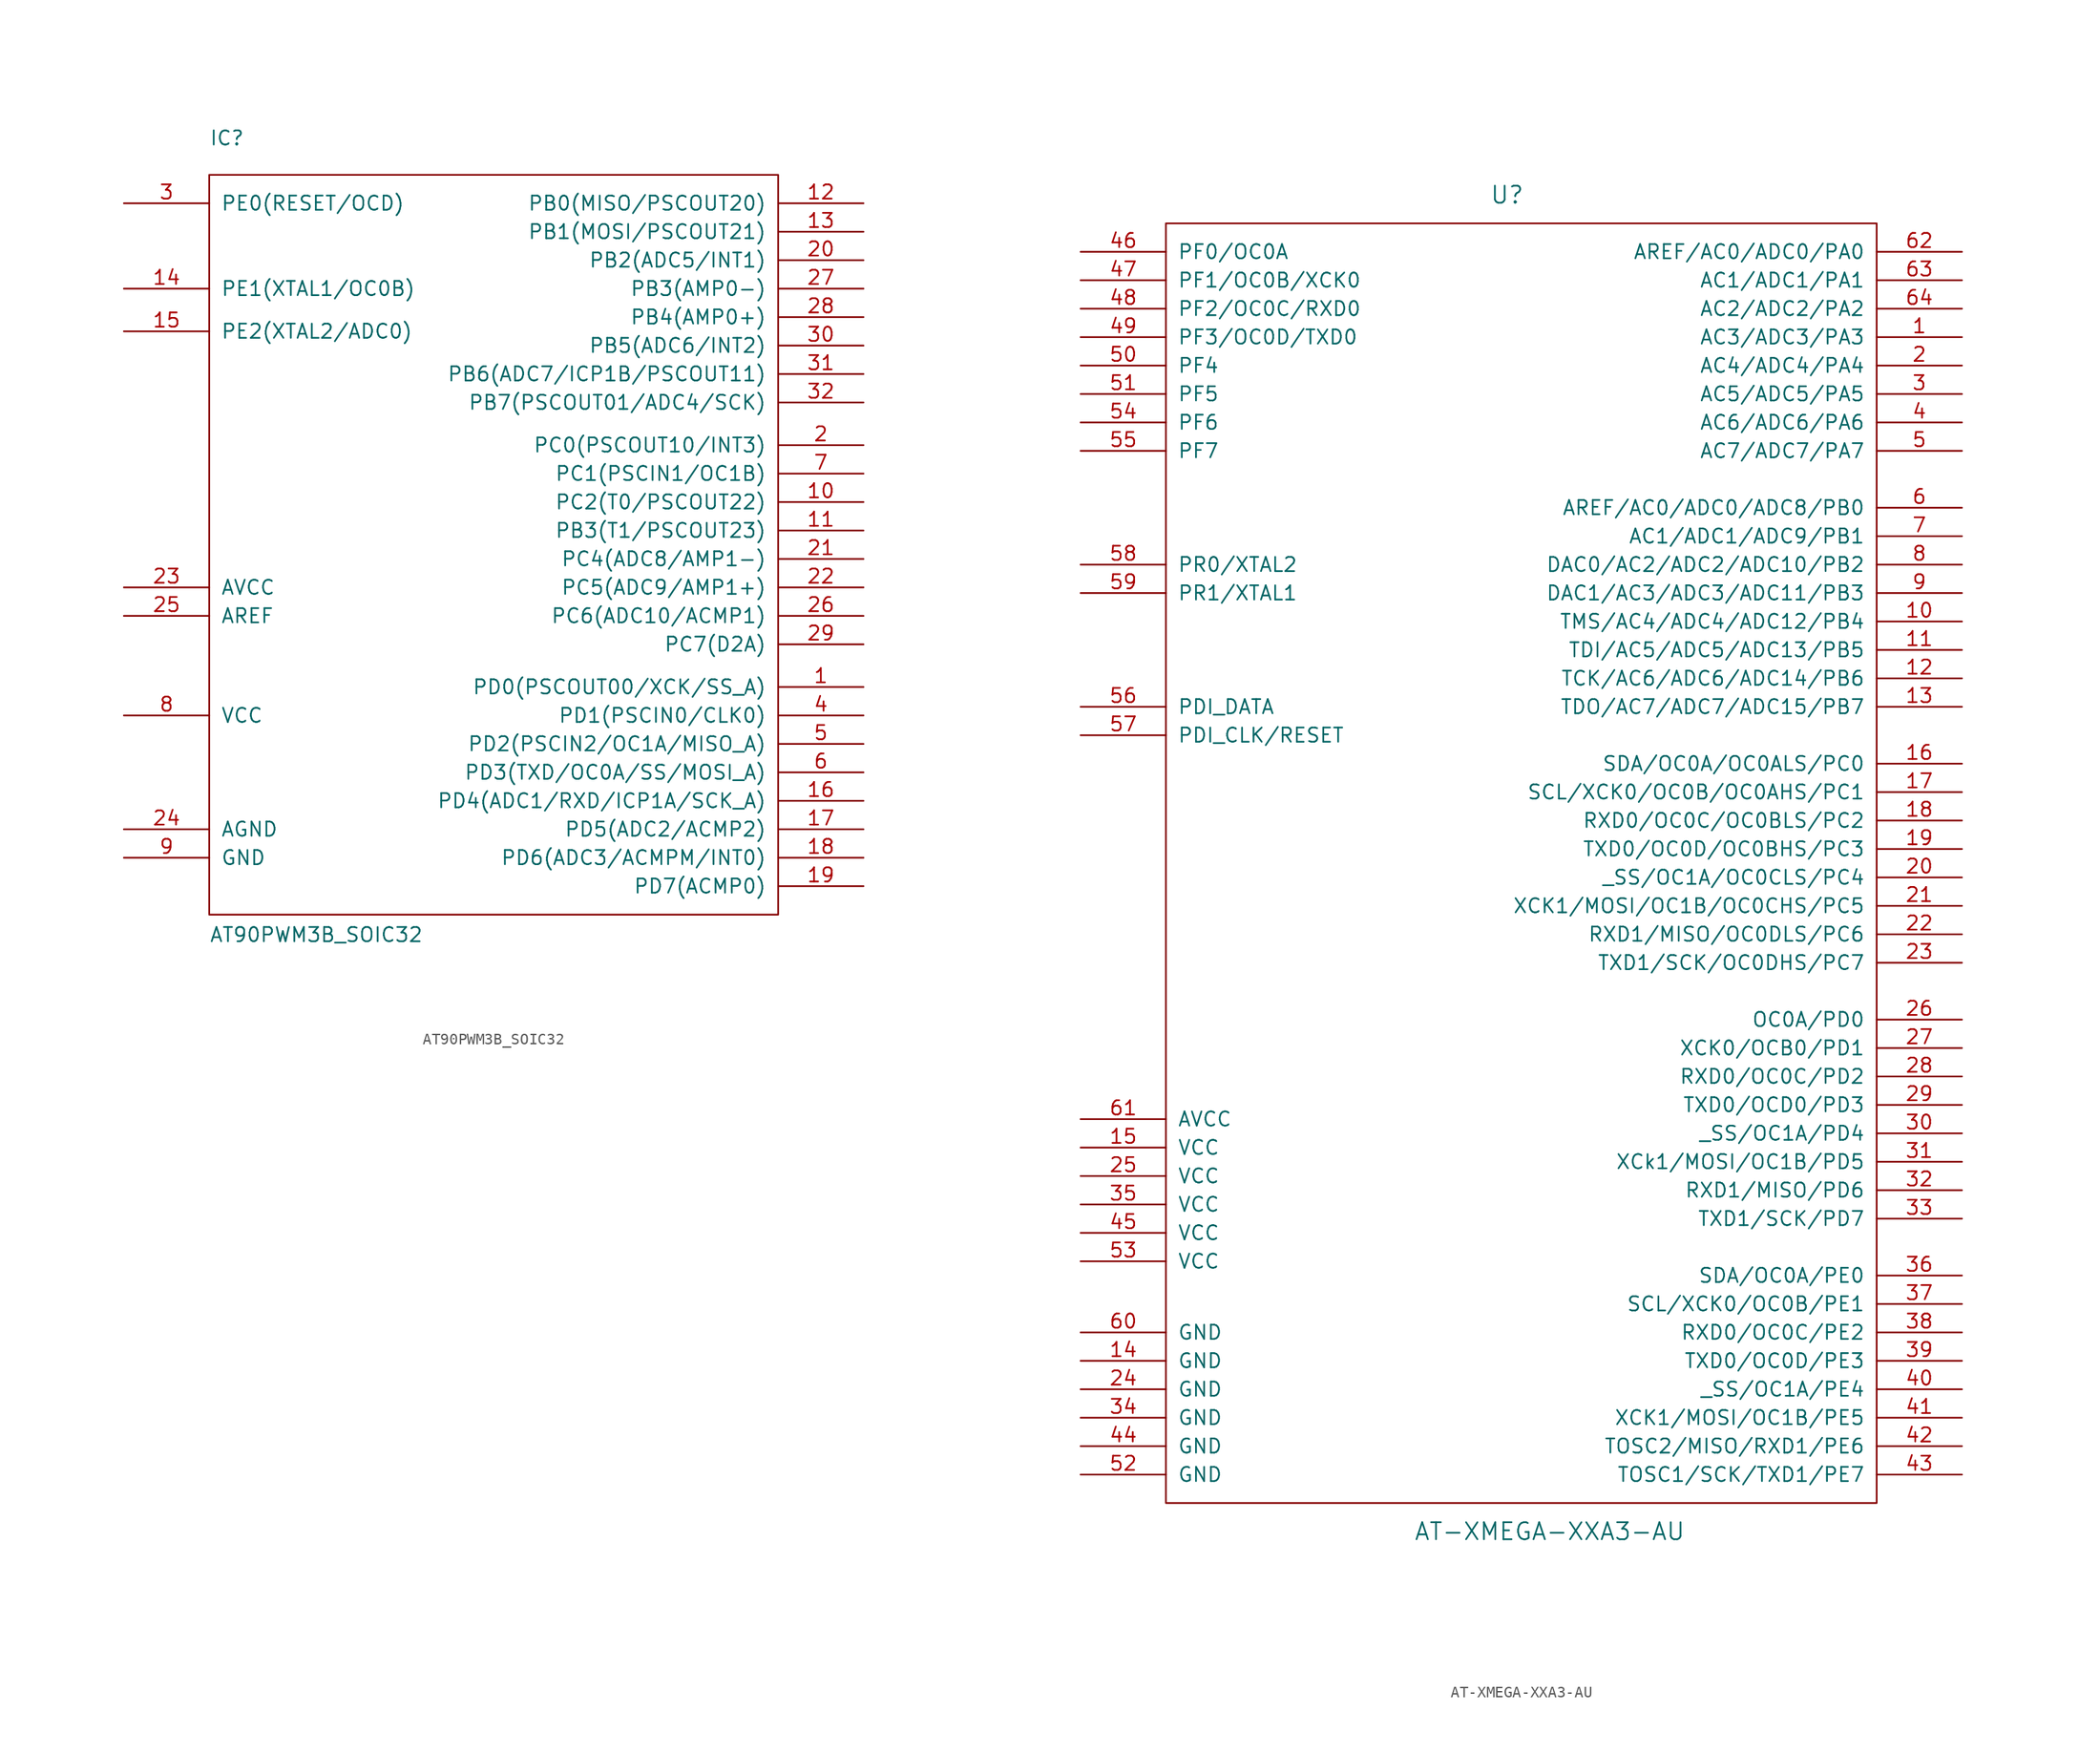
<source format=kicad_sym>
(kicad_symbol_lib
  (version 20220914)
  (generator kicad_symbol_editor)
  (symbol "AT90PWM3B_SOIC32"
    (pin_names
      (offset 1.016))
    (property "Reference" "IC"
      (at -25.4 33.02 0)
      (effects (font (size 1.27 1.27)) (justify left bottom)))
    (property "Value" "AT90PWM3B_SOIC32"
      (at -25.4 -38.1 0)
      (effects (font (size 1.27 1.27)) (justify left bottom)))
    (property "Datasheet" ""
      (at 0 0 0)
      (effects (font (size 1.524 1.524))))
    (symbol "AT90PWM3B_SOIC32_0_1"
      (rectangle (start -25.4 30.48) (end 25.4 -35.56) (stroke (width 0) (type solid)) (fill (type none))))
    (symbol "AT90PWM3B_SOIC32_1_1"
      (pin input line (at 33.02 -15.24 180) (length 7.62) (name "PD0(PSCOUT00/XCK/SS_A)" (effects (font (size 1.27 1.27)))) (number "1" (effects (font (size 1.27 1.27)))))
      (pin input line (at 33.02 1.27 180) (length 7.62) (name "PC2(T0/PSCOUT22)" (effects (font (size 1.27 1.27)))) (number "10" (effects (font (size 1.27 1.27)))))
      (pin input line (at 33.02 -1.27 180) (length 7.62) (name "PB3(T1/PSCOUT23)" (effects (font (size 1.27 1.27)))) (number "11" (effects (font (size 1.27 1.27)))))
      (pin input line (at 33.02 27.94 180) (length 7.62) (name "PB0(MISO/PSCOUT20)" (effects (font (size 1.27 1.27)))) (number "12" (effects (font (size 1.27 1.27)))))
      (pin input line (at 33.02 25.4 180) (length 7.62) (name "PB1(MOSI/PSCOUT21)" (effects (font (size 1.27 1.27)))) (number "13" (effects (font (size 1.27 1.27)))))
      (pin input line (at -33.02 20.32 0) (length 7.62) (name "PE1(XTAL1/OC0B)" (effects (font (size 1.27 1.27)))) (number "14" (effects (font (size 1.27 1.27)))))
      (pin input line (at -33.02 16.51 0) (length 7.62) (name "PE2(XTAL2/ADC0)" (effects (font (size 1.27 1.27)))) (number "15" (effects (font (size 1.27 1.27)))))
      (pin input line (at 33.02 -25.4 180) (length 7.62) (name "PD4(ADC1/RXD/ICP1A/SCK_A)" (effects (font (size 1.27 1.27)))) (number "16" (effects (font (size 1.27 1.27)))))
      (pin input line (at 33.02 -27.94 180) (length 7.62) (name "PD5(ADC2/ACMP2)" (effects (font (size 1.27 1.27)))) (number "17" (effects (font (size 1.27 1.27)))))
      (pin input line (at 33.02 -30.48 180) (length 7.62) (name "PD6(ADC3/ACMPM/INT0)" (effects (font (size 1.27 1.27)))) (number "18" (effects (font (size 1.27 1.27)))))
      (pin input line (at 33.02 -33.02 180) (length 7.62) (name "PD7(ACMP0)" (effects (font (size 1.27 1.27)))) (number "19" (effects (font (size 1.27 1.27)))))
      (pin input line (at 33.02 6.35 180) (length 7.62) (name "PC0(PSCOUT10/INT3)" (effects (font (size 1.27 1.27)))) (number "2" (effects (font (size 1.27 1.27)))))
      (pin input line (at 33.02 22.86 180) (length 7.62) (name "PB2(ADC5/INT1)" (effects (font (size 1.27 1.27)))) (number "20" (effects (font (size 1.27 1.27)))))
      (pin input line (at 33.02 -3.81 180) (length 7.62) (name "PC4(ADC8/AMP1-)" (effects (font (size 1.27 1.27)))) (number "21" (effects (font (size 1.27 1.27)))))
      (pin input line (at 33.02 -6.35 180) (length 7.62) (name "PC5(ADC9/AMP1+)" (effects (font (size 1.27 1.27)))) (number "22" (effects (font (size 1.27 1.27)))))
      (pin input line (at -33.02 -6.35 0) (length 7.62) (name "AVCC" (effects (font (size 1.27 1.27)))) (number "23" (effects (font (size 1.27 1.27)))))
      (pin input line (at -33.02 -27.94 0) (length 7.62) (name "AGND" (effects (font (size 1.27 1.27)))) (number "24" (effects (font (size 1.27 1.27)))))
      (pin input line (at -33.02 -8.89 0) (length 7.62) (name "AREF" (effects (font (size 1.27 1.27)))) (number "25" (effects (font (size 1.27 1.27)))))
      (pin input line (at 33.02 -8.89 180) (length 7.62) (name "PC6(ADC10/ACMP1)" (effects (font (size 1.27 1.27)))) (number "26" (effects (font (size 1.27 1.27)))))
      (pin input line (at 33.02 20.32 180) (length 7.62) (name "PB3(AMP0-)" (effects (font (size 1.27 1.27)))) (number "27" (effects (font (size 1.27 1.27)))))
      (pin input line (at 33.02 17.78 180) (length 7.62) (name "PB4(AMP0+)" (effects (font (size 1.27 1.27)))) (number "28" (effects (font (size 1.27 1.27)))))
      (pin input line (at 33.02 -11.43 180) (length 7.62) (name "PC7(D2A)" (effects (font (size 1.27 1.27)))) (number "29" (effects (font (size 1.27 1.27)))))
      (pin input line (at -33.02 27.94 0) (length 7.62) (name "PE0(RESET/OCD)" (effects (font (size 1.27 1.27)))) (number "3" (effects (font (size 1.27 1.27)))))
      (pin input line (at 33.02 15.24 180) (length 7.62) (name "PB5(ADC6/INT2)" (effects (font (size 1.27 1.27)))) (number "30" (effects (font (size 1.27 1.27)))))
      (pin input line (at 33.02 12.7 180) (length 7.62) (name "PB6(ADC7/ICP1B/PSCOUT11)" (effects (font (size 1.27 1.27)))) (number "31" (effects (font (size 1.27 1.27)))))
      (pin input line (at 33.02 10.16 180) (length 7.62) (name "PB7(PSCOUT01/ADC4/SCK)" (effects (font (size 1.27 1.27)))) (number "32" (effects (font (size 1.27 1.27)))))
      (pin input line (at 33.02 -17.78 180) (length 7.62) (name "PD1(PSCIN0/CLK0)" (effects (font (size 1.27 1.27)))) (number "4" (effects (font (size 1.27 1.27)))))
      (pin input line (at 33.02 -20.32 180) (length 7.62) (name "PD2(PSCIN2/OC1A/MISO_A)" (effects (font (size 1.27 1.27)))) (number "5" (effects (font (size 1.27 1.27)))))
      (pin input line (at 33.02 -22.86 180) (length 7.62) (name "PD3(TXD/OC0A/SS/MOSI_A)" (effects (font (size 1.27 1.27)))) (number "6" (effects (font (size 1.27 1.27)))))
      (pin input line (at 33.02 3.81 180) (length 7.62) (name "PC1(PSCIN1/OC1B)" (effects (font (size 1.27 1.27)))) (number "7" (effects (font (size 1.27 1.27)))))
      (pin input line (at -33.02 -17.78 0) (length 7.62) (name "VCC" (effects (font (size 1.27 1.27)))) (number "8" (effects (font (size 1.27 1.27)))))
      (pin input line (at -33.02 -30.48 0) (length 7.62) (name "GND" (effects (font (size 1.27 1.27)))) (number "9" (effects (font (size 1.27 1.27)))))))
  (symbol "AT-XMEGA-XXA3-AU"
    (pin_names
      (offset 1.016))
    (property "Reference" "U"
      (at -1.27 59.69 0)
      (effects (font (size 1.524 1.524))))
    (property "Value" "AT-XMEGA-XXA3-AU"
      (at 2.54 -59.69 0)
      (effects (font (size 1.524 1.524))))
    (property "Footprint" ""
      (at 0 0 0)
      (effects (font (size 1.524 1.524))))
    (property "Datasheet" ""
      (at 0 0 0)
      (effects (font (size 1.524 1.524))))
    (symbol "AT-XMEGA-XXA3-AU_0_1"
      (rectangle (start 31.75 -57.15) (end -31.75 57.15) (stroke (width 0) (type solid)) (fill (type none))))
    (symbol "AT-XMEGA-XXA3-AU_1_1"
      (pin bidirectional line (at 39.37 46.99 180) (length 7.62) (name "AC3/ADC3/PA3" (effects (font (size 1.27 1.27)))) (number "1" (effects (font (size 1.27 1.27)))))
      (pin bidirectional line (at 39.37 21.59 180) (length 7.62) (name "TMS/AC4/ADC4/ADC12/PB4" (effects (font (size 1.27 1.27)))) (number "10" (effects (font (size 1.27 1.27)))))
      (pin bidirectional line (at 39.37 19.05 180) (length 7.62) (name "TDI/AC5/ADC5/ADC13/PB5" (effects (font (size 1.27 1.27)))) (number "11" (effects (font (size 1.27 1.27)))))
      (pin bidirectional line (at 39.37 16.51 180) (length 7.62) (name "TCK/AC6/ADC6/ADC14/PB6" (effects (font (size 1.27 1.27)))) (number "12" (effects (font (size 1.27 1.27)))))
      (pin bidirectional line (at 39.37 13.97 180) (length 7.62) (name "TDO/AC7/ADC7/ADC15/PB7" (effects (font (size 1.27 1.27)))) (number "13" (effects (font (size 1.27 1.27)))))
      (pin power_in line (at -39.37 -44.45 0) (length 7.62) (name "GND" (effects (font (size 1.27 1.27)))) (number "14" (effects (font (size 1.27 1.27)))))
      (pin power_in line (at -39.37 -25.4 0) (length 7.62) (name "VCC" (effects (font (size 1.27 1.27)))) (number "15" (effects (font (size 1.27 1.27)))))
      (pin bidirectional line (at 39.37 8.89 180) (length 7.62) (name "SDA/OC0A/OC0ALS/PC0" (effects (font (size 1.27 1.27)))) (number "16" (effects (font (size 1.27 1.27)))))
      (pin bidirectional line (at 39.37 6.35 180) (length 7.62) (name "SCL/XCK0/OC0B/OC0AHS/PC1" (effects (font (size 1.27 1.27)))) (number "17" (effects (font (size 1.27 1.27)))))
      (pin bidirectional line (at 39.37 3.81 180) (length 7.62) (name "RXD0/OC0C/OC0BLS/PC2" (effects (font (size 1.27 1.27)))) (number "18" (effects (font (size 1.27 1.27)))))
      (pin bidirectional line (at 39.37 1.27 180) (length 7.62) (name "TXD0/OC0D/OC0BHS/PC3" (effects (font (size 1.27 1.27)))) (number "19" (effects (font (size 1.27 1.27)))))
      (pin bidirectional line (at 39.37 44.45 180) (length 7.62) (name "AC4/ADC4/PA4" (effects (font (size 1.27 1.27)))) (number "2" (effects (font (size 1.27 1.27)))))
      (pin bidirectional line (at 39.37 -1.27 180) (length 7.62) (name "_SS/OC1A/OC0CLS/PC4" (effects (font (size 1.27 1.27)))) (number "20" (effects (font (size 1.27 1.27)))))
      (pin bidirectional line (at 39.37 -3.81 180) (length 7.62) (name "XCK1/MOSI/OC1B/OC0CHS/PC5" (effects (font (size 1.27 1.27)))) (number "21" (effects (font (size 1.27 1.27)))))
      (pin bidirectional line (at 39.37 -6.35 180) (length 7.62) (name "RXD1/MISO/OC0DLS/PC6" (effects (font (size 1.27 1.27)))) (number "22" (effects (font (size 1.27 1.27)))))
      (pin bidirectional line (at 39.37 -8.89 180) (length 7.62) (name "TXD1/SCK/OC0DHS/PC7" (effects (font (size 1.27 1.27)))) (number "23" (effects (font (size 1.27 1.27)))))
      (pin power_in line (at -39.37 -46.99 0) (length 7.62) (name "GND" (effects (font (size 1.27 1.27)))) (number "24" (effects (font (size 1.27 1.27)))))
      (pin power_in line (at -39.37 -27.94 0) (length 7.62) (name "VCC" (effects (font (size 1.27 1.27)))) (number "25" (effects (font (size 1.27 1.27)))))
      (pin bidirectional line (at 39.37 -13.97 180) (length 7.62) (name "OC0A/PD0" (effects (font (size 1.27 1.27)))) (number "26" (effects (font (size 1.27 1.27)))))
      (pin bidirectional line (at 39.37 -16.51 180) (length 7.62) (name "XCK0/OCB0/PD1" (effects (font (size 1.27 1.27)))) (number "27" (effects (font (size 1.27 1.27)))))
      (pin bidirectional line (at 39.37 -19.05 180) (length 7.62) (name "RXD0/OC0C/PD2" (effects (font (size 1.27 1.27)))) (number "28" (effects (font (size 1.27 1.27)))))
      (pin bidirectional line (at 39.37 -21.59 180) (length 7.62) (name "TXD0/OCD0/PD3" (effects (font (size 1.27 1.27)))) (number "29" (effects (font (size 1.27 1.27)))))
      (pin bidirectional line (at 39.37 41.91 180) (length 7.62) (name "AC5/ADC5/PA5" (effects (font (size 1.27 1.27)))) (number "3" (effects (font (size 1.27 1.27)))))
      (pin bidirectional line (at 39.37 -24.13 180) (length 7.62) (name "_SS/OC1A/PD4" (effects (font (size 1.27 1.27)))) (number "30" (effects (font (size 1.27 1.27)))))
      (pin bidirectional line (at 39.37 -26.67 180) (length 7.62) (name "XCk1/MOSI/OC1B/PD5" (effects (font (size 1.27 1.27)))) (number "31" (effects (font (size 1.27 1.27)))))
      (pin bidirectional line (at 39.37 -29.21 180) (length 7.62) (name "RXD1/MISO/PD6" (effects (font (size 1.27 1.27)))) (number "32" (effects (font (size 1.27 1.27)))))
      (pin bidirectional line (at 39.37 -31.75 180) (length 7.62) (name "TXD1/SCK/PD7" (effects (font (size 1.27 1.27)))) (number "33" (effects (font (size 1.27 1.27)))))
      (pin power_in line (at -39.37 -49.53 0) (length 7.62) (name "GND" (effects (font (size 1.27 1.27)))) (number "34" (effects (font (size 1.27 1.27)))))
      (pin power_in line (at -39.37 -30.48 0) (length 7.62) (name "VCC" (effects (font (size 1.27 1.27)))) (number "35" (effects (font (size 1.27 1.27)))))
      (pin bidirectional line (at 39.37 -36.83 180) (length 7.62) (name "SDA/OC0A/PE0" (effects (font (size 1.27 1.27)))) (number "36" (effects (font (size 1.27 1.27)))))
      (pin bidirectional line (at 39.37 -39.37 180) (length 7.62) (name "SCL/XCK0/OC0B/PE1" (effects (font (size 1.27 1.27)))) (number "37" (effects (font (size 1.27 1.27)))))
      (pin bidirectional line (at 39.37 -41.91 180) (length 7.62) (name "RXD0/OC0C/PE2" (effects (font (size 1.27 1.27)))) (number "38" (effects (font (size 1.27 1.27)))))
      (pin bidirectional line (at 39.37 -44.45 180) (length 7.62) (name "TXD0/OC0D/PE3" (effects (font (size 1.27 1.27)))) (number "39" (effects (font (size 1.27 1.27)))))
      (pin bidirectional line (at 39.37 39.37 180) (length 7.62) (name "AC6/ADC6/PA6" (effects (font (size 1.27 1.27)))) (number "4" (effects (font (size 1.27 1.27)))))
      (pin bidirectional line (at 39.37 -46.99 180) (length 7.62) (name "_SS/OC1A/PE4" (effects (font (size 1.27 1.27)))) (number "40" (effects (font (size 1.27 1.27)))))
      (pin bidirectional line (at 39.37 -49.53 180) (length 7.62) (name "XCK1/MOSI/OC1B/PE5" (effects (font (size 1.27 1.27)))) (number "41" (effects (font (size 1.27 1.27)))))
      (pin bidirectional line (at 39.37 -52.07 180) (length 7.62) (name "TOSC2/MISO/RXD1/PE6" (effects (font (size 1.27 1.27)))) (number "42" (effects (font (size 1.27 1.27)))))
      (pin bidirectional line (at 39.37 -54.61 180) (length 7.62) (name "TOSC1/SCK/TXD1/PE7" (effects (font (size 1.27 1.27)))) (number "43" (effects (font (size 1.27 1.27)))))
      (pin power_in line (at -39.37 -52.07 0) (length 7.62) (name "GND" (effects (font (size 1.27 1.27)))) (number "44" (effects (font (size 1.27 1.27)))))
      (pin power_in line (at -39.37 -33.02 0) (length 7.62) (name "VCC" (effects (font (size 1.27 1.27)))) (number "45" (effects (font (size 1.27 1.27)))))
      (pin bidirectional line (at -39.37 54.61 0) (length 7.62) (name "PF0/OC0A" (effects (font (size 1.27 1.27)))) (number "46" (effects (font (size 1.27 1.27)))))
      (pin bidirectional line (at -39.37 52.07 0) (length 7.62) (name "PF1/OC0B/XCK0" (effects (font (size 1.27 1.27)))) (number "47" (effects (font (size 1.27 1.27)))))
      (pin bidirectional line (at -39.37 49.53 0) (length 7.62) (name "PF2/OC0C/RXD0" (effects (font (size 1.27 1.27)))) (number "48" (effects (font (size 1.27 1.27)))))
      (pin bidirectional line (at -39.37 46.99 0) (length 7.62) (name "PF3/OC0D/TXD0" (effects (font (size 1.27 1.27)))) (number "49" (effects (font (size 1.27 1.27)))))
      (pin bidirectional line (at 39.37 36.83 180) (length 7.62) (name "AC7/ADC7/PA7" (effects (font (size 1.27 1.27)))) (number "5" (effects (font (size 1.27 1.27)))))
      (pin bidirectional line (at -39.37 44.45 0) (length 7.62) (name "PF4" (effects (font (size 1.27 1.27)))) (number "50" (effects (font (size 1.27 1.27)))))
      (pin bidirectional line (at -39.37 41.91 0) (length 7.62) (name "PF5" (effects (font (size 1.27 1.27)))) (number "51" (effects (font (size 1.27 1.27)))))
      (pin power_in line (at -39.37 -54.61 0) (length 7.62) (name "GND" (effects (font (size 1.27 1.27)))) (number "52" (effects (font (size 1.27 1.27)))))
      (pin power_in line (at -39.37 -35.56 0) (length 7.62) (name "VCC" (effects (font (size 1.27 1.27)))) (number "53" (effects (font (size 1.27 1.27)))))
      (pin bidirectional line (at -39.37 39.37 0) (length 7.62) (name "PF6" (effects (font (size 1.27 1.27)))) (number "54" (effects (font (size 1.27 1.27)))))
      (pin bidirectional line (at -39.37 36.83 0) (length 7.62) (name "PF7" (effects (font (size 1.27 1.27)))) (number "55" (effects (font (size 1.27 1.27)))))
      (pin bidirectional line (at -39.37 13.97 0) (length 7.62) (name "PDI_DATA" (effects (font (size 1.27 1.27)))) (number "56" (effects (font (size 1.27 1.27)))))
      (pin bidirectional line (at -39.37 11.43 0) (length 7.62) (name "PDI_CLK/RESET" (effects (font (size 1.27 1.27)))) (number "57" (effects (font (size 1.27 1.27)))))
      (pin bidirectional line (at -39.37 26.67 0) (length 7.62) (name "PR0/XTAL2" (effects (font (size 1.27 1.27)))) (number "58" (effects (font (size 1.27 1.27)))))
      (pin bidirectional line (at -39.37 24.13 0) (length 7.62) (name "PR1/XTAL1" (effects (font (size 1.27 1.27)))) (number "59" (effects (font (size 1.27 1.27)))))
      (pin bidirectional line (at 39.37 31.75 180) (length 7.62) (name "AREF/AC0/ADC0/ADC8/PB0" (effects (font (size 1.27 1.27)))) (number "6" (effects (font (size 1.27 1.27)))))
      (pin power_in line (at -39.37 -41.91 0) (length 7.62) (name "GND" (effects (font (size 1.27 1.27)))) (number "60" (effects (font (size 1.27 1.27)))))
      (pin power_in line (at -39.37 -22.86 0) (length 7.62) (name "AVCC" (effects (font (size 1.27 1.27)))) (number "61" (effects (font (size 1.27 1.27)))))
      (pin bidirectional line (at 39.37 54.61 180) (length 7.62) (name "AREF/AC0/ADC0/PA0" (effects (font (size 1.27 1.27)))) (number "62" (effects (font (size 1.27 1.27)))))
      (pin bidirectional line (at 39.37 52.07 180) (length 7.62) (name "AC1/ADC1/PA1" (effects (font (size 1.27 1.27)))) (number "63" (effects (font (size 1.27 1.27)))))
      (pin bidirectional line (at 39.37 49.53 180) (length 7.62) (name "AC2/ADC2/PA2" (effects (font (size 1.27 1.27)))) (number "64" (effects (font (size 1.27 1.27)))))
      (pin bidirectional line (at 39.37 29.21 180) (length 7.62) (name "AC1/ADC1/ADC9/PB1" (effects (font (size 1.27 1.27)))) (number "7" (effects (font (size 1.27 1.27)))))
      (pin bidirectional line (at 39.37 26.67 180) (length 7.62) (name "DAC0/AC2/ADC2/ADC10/PB2" (effects (font (size 1.27 1.27)))) (number "8" (effects (font (size 1.27 1.27)))))
      (pin bidirectional line (at 39.37 24.13 180) (length 7.62) (name "DAC1/AC3/ADC3/ADC11/PB3" (effects (font (size 1.27 1.27)))) (number "9" (effects (font (size 1.27 1.27))))))))
</source>
